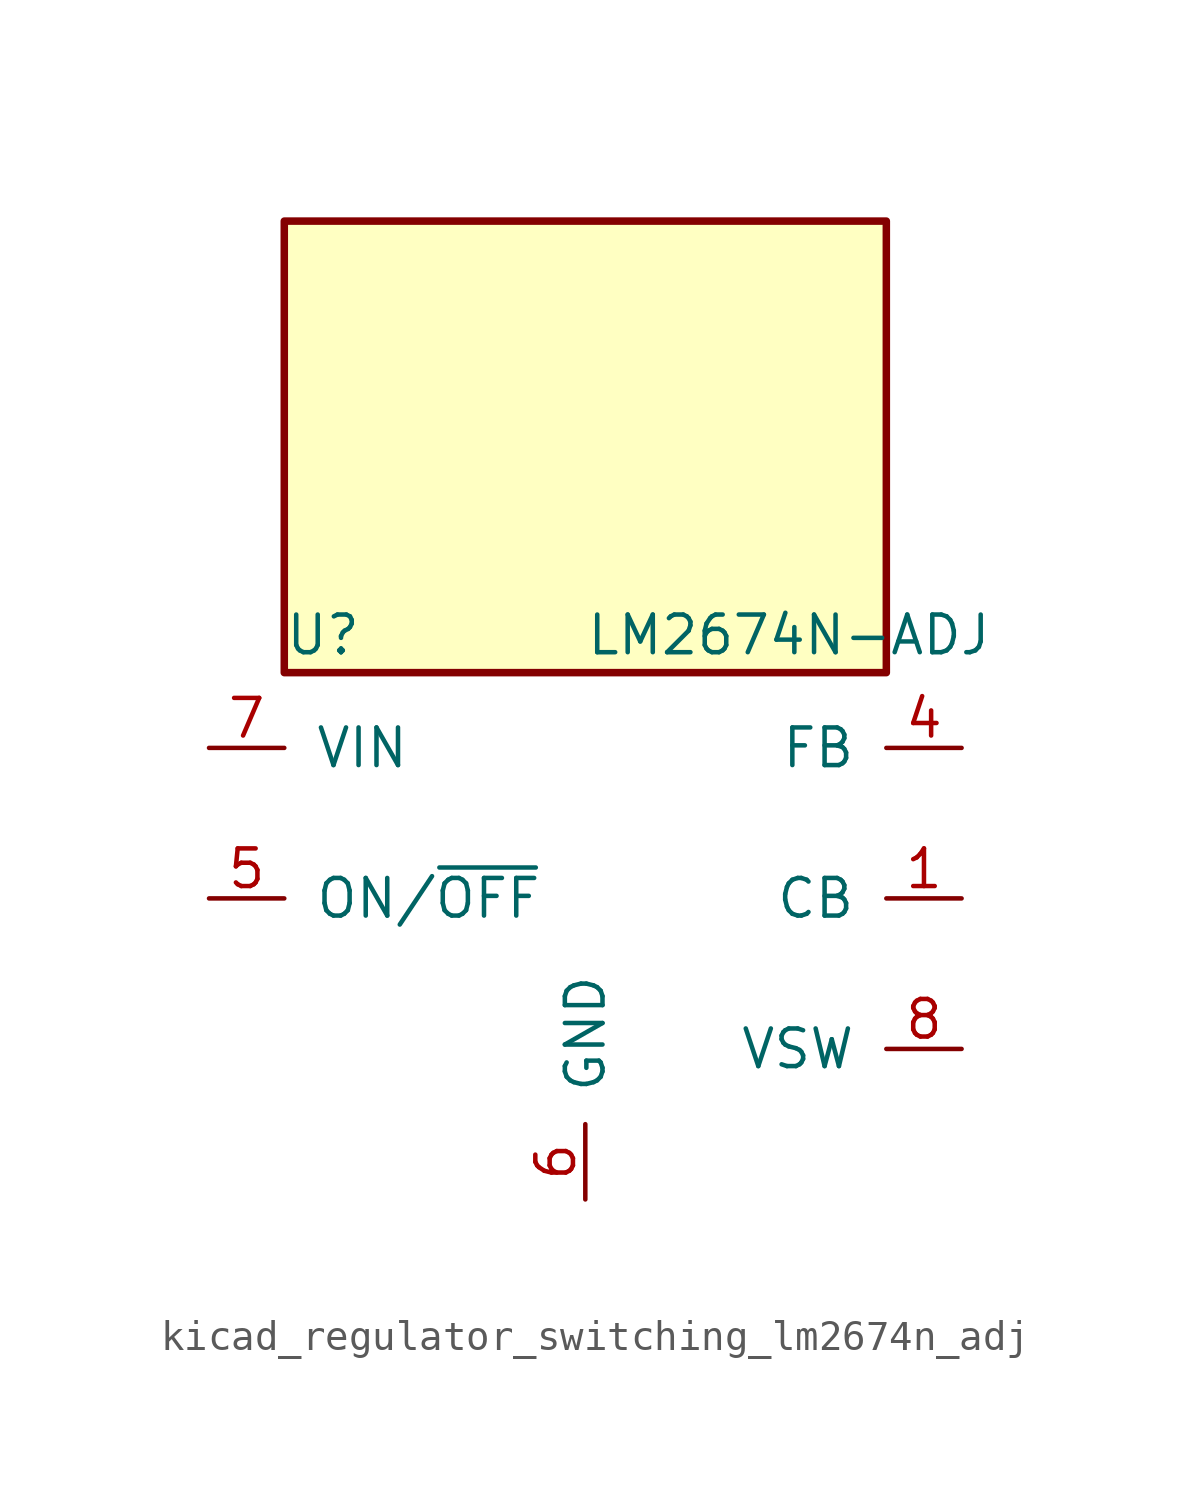
<source format=kicad_sym>
(kicad_symbol_lib
  (version 20220914)
  (generator kicad_symbol_editor)
  (symbol "kicad_regulator_switching_lm2674n_adj"
    (pin_names
      (offset 1.016))
    (property "Reference" "U"
      (at -10.16 8.89 0)
      (effects (font (size 1.27 1.27)) (justify left)))
    (property "Value" "LM2674N-ADJ"
      (at 0 8.89 0)
      (effects (font (size 1.27 1.27)) (justify left)))
    (symbol "kicad_regulator_switching_lm2674n_adj_0_1"
      (rectangle (start 10.16 22.86) (end -10.16 7.62) (stroke (width 0.254) (type default)) (fill (type background))))
    (symbol "kicad_regulator_switching_lm2674n_adj_1_1"
      (pin input line (at 12.7 0 180) (length 2.54) (name "CB" (effects (font (size 1.27 1.27)))) (number "1" (effects (font (size 1.27 1.27)))))
      (pin no_connect line (at -10.16 -2.54 0) (length 2.54) hide (name "NC" (effects (font (size 1.27 1.27)))) (number "2" (effects (font (size 1.27 1.27)))))
      (pin no_connect line (at -10.16 -5.08 0) (length 2.54) hide (name "NC" (effects (font (size 1.27 1.27)))) (number "3" (effects (font (size 1.27 1.27)))))
      (pin input line (at 12.7 5.08 180) (length 2.54) (name "FB" (effects (font (size 1.27 1.27)))) (number "4" (effects (font (size 1.27 1.27)))))
      (pin input line (at -12.7 0 0) (length 2.54) (name "ON/~{OFF}" (effects (font (size 1.27 1.27)))) (number "5" (effects (font (size 1.27 1.27)))))
      (pin power_in line (at 0 -10.16 90) (length 2.54) (name "GND" (effects (font (size 1.27 1.27)))) (number "6" (effects (font (size 1.27 1.27)))))
      (pin power_in line (at -12.7 5.08 0) (length 2.54) (name "VIN" (effects (font (size 1.27 1.27)))) (number "7" (effects (font (size 1.27 1.27)))))
      (pin output line (at 12.7 -5.08 180) (length 2.54) (name "VSW" (effects (font (size 1.27 1.27)))) (number "8" (effects (font (size 1.27 1.27))))))))
</source>
